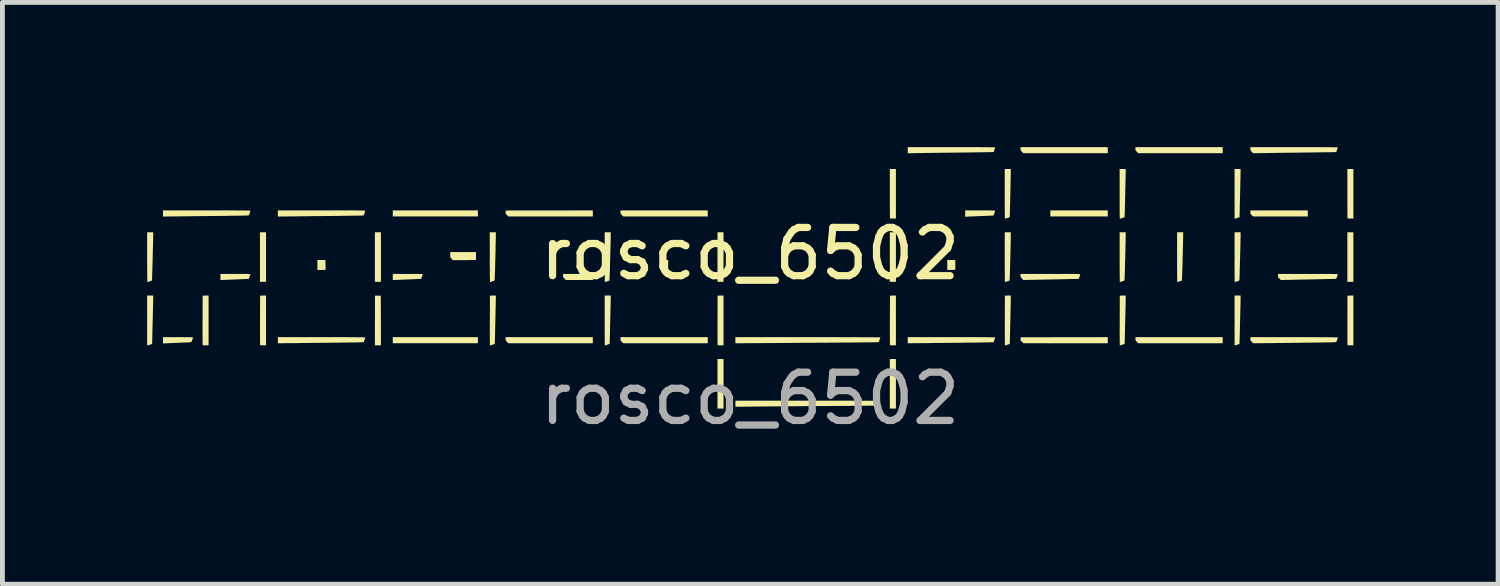
<source format=kicad_pcb>
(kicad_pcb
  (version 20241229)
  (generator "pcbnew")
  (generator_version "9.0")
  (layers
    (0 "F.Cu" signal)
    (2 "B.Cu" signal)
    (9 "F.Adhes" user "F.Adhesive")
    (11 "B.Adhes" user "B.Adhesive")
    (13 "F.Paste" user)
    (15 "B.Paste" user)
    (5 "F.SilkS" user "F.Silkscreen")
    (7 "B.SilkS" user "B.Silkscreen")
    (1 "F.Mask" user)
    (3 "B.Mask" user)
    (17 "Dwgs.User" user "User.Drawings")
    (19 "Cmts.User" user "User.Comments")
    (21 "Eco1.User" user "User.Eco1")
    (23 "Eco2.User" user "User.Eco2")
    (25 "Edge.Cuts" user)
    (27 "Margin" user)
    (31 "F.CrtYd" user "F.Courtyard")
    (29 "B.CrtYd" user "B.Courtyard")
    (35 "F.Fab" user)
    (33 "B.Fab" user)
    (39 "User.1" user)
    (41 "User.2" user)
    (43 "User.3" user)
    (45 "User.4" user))
  (footprint "rosco_6502"
    (layer "F.Cu")
    (at 12.498 2.709)
    (property "Reference" "rosco_6502" (at 0 -0.5 0) (unlocked yes) (layer "F.SilkS") (effects (font (size 1 1) (thickness 0.15))))
    (fp_poly (pts (xy -10.034 0.082) (xy -10.16 0.082) (xy -10.16 -0.945) (xy -10.034 -0.945)) (stroke (width 0) (type solid)) (fill yes) (layer "F.SilkS"))
    (fp_poly (pts (xy -7.653 0.082) (xy -7.778 0.082) (xy -7.778 -0.945) (xy -7.653 -0.945)) (stroke (width 0) (type solid)) (fill yes) (layer "F.SilkS"))
    (fp_poly (pts (xy -5.643 -1.273) (xy -7.407 -1.273) (xy -7.407 -1.398) (xy -5.643 -1.398)) (stroke (width 0) (type solid)) (fill yes) (layer "F.SilkS"))
    (fp_poly (pts (xy -5.643 1.355) (xy -7.407 1.355) (xy -7.407 1.229) (xy -5.643 1.229)) (stroke (width 0) (type solid)) (fill yes) (layer "F.SilkS"))
    (fp_poly (pts (xy -0.552 0.082) (xy -0.677 0.082) (xy -0.677 -0.945) (xy -0.552 -0.945)) (stroke (width 0) (type solid)) (fill yes) (layer "F.SilkS"))
    (fp_poly (pts (xy -0.552 2.709) (xy -0.677 2.709) (xy -0.677 1.682) (xy -0.552 1.682)) (stroke (width 0) (type solid)) (fill yes) (layer "F.SilkS"))
    (fp_poly (pts (xy 3.021 0.082) (xy 2.895 0.082) (xy 2.895 -0.945) (xy 3.021 -0.945)) (stroke (width 0) (type solid)) (fill yes) (layer "F.SilkS"))
    (fp_poly (pts (xy 3.021 2.709) (xy 2.895 2.709) (xy 2.895 1.682) (xy 3.021 1.682)) (stroke (width 0) (type solid)) (fill yes) (layer "F.SilkS"))
    (fp_poly (pts (xy 7.412 -1.273) (xy 6.222 -1.273) (xy 6.222 -1.398) (xy 7.412 -1.398)) (stroke (width 0) (type solid)) (fill yes) (layer "F.SilkS"))
    (fp_poly (pts (xy 12.503 0.082) (xy 12.378 0.082) (xy 12.378 -0.945) (xy 12.503 -0.945)) (stroke (width 0) (type solid)) (fill yes) (layer "F.SilkS"))
    (fp_poly (pts (xy -8.803 -0.369) (xy -8.801 -0.266) (xy -8.8 -0.164) (xy -8.969 -0.164) (xy -8.969 -0.372)) (stroke (width 0) (type solid)) (fill yes) (layer "F.SilkS"))
    (fp_poly (pts (xy -1.699 -0.164) (xy -1.868 -0.164) (xy -1.867 -0.266) (xy -1.865 -0.369) (xy -1.699 -0.372)) (stroke (width 0) (type solid)) (fill yes) (layer "F.SilkS"))
    (fp_poly (pts (xy -7.654 0.884) (xy -7.653 1.398) (xy -7.778 1.398) (xy -7.777 0.884) (xy -7.776 0.369) (xy -7.656 0.369)) (stroke (width 0) (type solid)) (fill yes) (layer "F.SilkS"))
    (fp_poly (pts (xy 4.169 -0.37) (xy 4.252 -0.369) (xy 4.252 -0.167) (xy 4.169 -0.165) (xy 4.086 -0.164) (xy 4.086 -0.372)) (stroke (width 0) (type solid)) (fill yes) (layer "F.SilkS"))
    (fp_poly (pts (xy 11.558 -1.273) (xy 10.424 -1.273) (xy 10.396 -1.3) (xy 10.368 -1.328) (xy 10.368 -1.398) (xy 11.558 -1.398)) (stroke (width 0) (type solid)) (fill yes) (layer "F.SilkS"))
    (fp_poly (pts (xy -5.682 -0.452) (xy -5.684 -0.369) (xy -6.159 -0.366) (xy -6.188 -0.395) (xy -6.216 -0.424) (xy -6.216 -0.535) (xy -5.681 -0.535)) (stroke (width 0) (type solid)) (fill yes) (layer "F.SilkS"))
    (fp_poly (pts (xy 7.412 1.355) (xy 5.661 1.355) (xy 5.604 1.296) (xy 5.605 1.264) (xy 5.607 1.232) (xy 6.51 1.23) (xy 7.412 1.229)) (stroke (width 0) (type solid)) (fill yes) (layer "F.SilkS"))
    (fp_poly (pts (xy -3.261 -1.273) (xy -5.012 -1.273) (xy -5.041 -1.302) (xy -5.07 -1.331) (xy -5.068 -1.363) (xy -5.066 -1.396) (xy -4.164 -1.397) (xy -3.261 -1.398)) (stroke (width 0) (type solid)) (fill yes) (layer "F.SilkS"))
    (fp_poly (pts (xy -3.261 0.044) (xy -3.821 0.044) (xy -3.85 0.015) (xy -3.864 -0.00029) (xy -3.873 -0.011) (xy -3.877 -0.022) (xy -3.878 -0.036) (xy -3.878 -0.048) (xy -3.878 -0.082) (xy -3.261 -0.082)) (stroke (width 0) (type solid)) (fill yes) (layer "F.SilkS"))
    (fp_poly (pts (xy -3.261 1.355) (xy -5.012 1.355) (xy -5.041 1.326) (xy -5.055 1.311) (xy -5.064 1.3) (xy -5.068 1.289) (xy -5.069 1.275) (xy -5.069 1.263) (xy -5.069 1.229) (xy -3.261 1.229)) (stroke (width 0) (type solid)) (fill yes) (layer "F.SilkS"))
    (fp_poly (pts (xy -0.879 -1.273) (xy -2.631 -1.273) (xy -2.659 -1.302) (xy -2.674 -1.317) (xy -2.682 -1.328) (xy -2.686 -1.338) (xy -2.687 -1.352) (xy -2.687 -1.364) (xy -2.687 -1.398) (xy -0.879 -1.398)) (stroke (width 0) (type solid)) (fill yes) (layer "F.SilkS"))
    (fp_poly (pts (xy -0.879 1.355) (xy -2.631 1.355) (xy -2.659 1.326) (xy -2.674 1.311) (xy -2.682 1.3) (xy -2.686 1.289) (xy -2.687 1.275) (xy -2.687 1.263) (xy -2.687 1.229) (xy -0.879 1.229)) (stroke (width 0) (type solid)) (fill yes) (layer "F.SilkS"))
    (fp_poly (pts (xy 7.412 -2.584) (xy 5.661 -2.584) (xy 5.633 -2.613) (xy 5.618 -2.628) (xy 5.61 -2.639) (xy 5.606 -2.649) (xy 5.604 -2.663) (xy 5.604 -2.675) (xy 5.604 -2.709) (xy 7.412 -2.709)) (stroke (width 0) (type solid)) (fill yes) (layer "F.SilkS"))
    (fp_poly (pts (xy 9.794 -2.584) (xy 8.043 -2.584) (xy 8.014 -2.613) (xy 8 -2.628) (xy 7.991 -2.639) (xy 7.987 -2.649) (xy 7.986 -2.663) (xy 7.986 -2.675) (xy 7.986 -2.709) (xy 9.794 -2.709)) (stroke (width 0) (type solid)) (fill yes) (layer "F.SilkS"))
    (fp_poly (pts (xy 9.794 1.355) (xy 8.043 1.355) (xy 8.014 1.326) (xy 8 1.311) (xy 7.991 1.3) (xy 7.987 1.289) (xy 7.986 1.275) (xy 7.986 1.263) (xy 7.986 1.229) (xy 9.794 1.229)) (stroke (width 0) (type solid)) (fill yes) (layer "F.SilkS"))
    (fp_poly (pts (xy 3.021 -1.229) (xy 2.962 -1.229) (xy 2.937 -1.229) (xy 2.917 -1.23) (xy 2.903 -1.231) (xy 2.899 -1.233) (xy 2.898 -1.239) (xy 2.898 -1.255) (xy 2.897 -1.28) (xy 2.897 -1.314) (xy 2.896 -1.356) (xy 2.896 -1.405) (xy 2.896 -1.46) (xy 2.895 -1.521) (xy 2.895 -1.587) (xy 2.895 -1.657) (xy 2.895 -1.73) (xy 2.895 -1.746) (xy 2.895 -2.256) (xy 3.021 -2.256)) (stroke (width 0) (type solid)) (fill yes) (layer "F.SilkS"))
    (fp_poly (pts (xy 12.503 -1.229) (xy 12.444 -1.229) (xy 12.42 -1.229) (xy 12.4 -1.23) (xy 12.386 -1.231) (xy 12.381 -1.233) (xy 12.381 -1.239) (xy 12.38 -1.255) (xy 12.38 -1.28) (xy 12.379 -1.314) (xy 12.379 -1.356) (xy 12.379 -1.405) (xy 12.378 -1.46) (xy 12.378 -1.521) (xy 12.378 -1.587) (xy 12.378 -1.657) (xy 12.378 -1.73) (xy 12.378 -1.746) (xy 12.378 -2.256) (xy 12.503 -2.256)) (stroke (width 0) (type solid)) (fill yes) (layer "F.SilkS"))
    (fp_poly (pts (xy -11.225 1.398) (xy -11.285 1.398) (xy -11.315 1.398) (xy -11.334 1.397) (xy -11.345 1.394) (xy -11.348 1.392) (xy -11.349 1.385) (xy -11.349 1.369) (xy -11.349 1.343) (xy -11.349 1.308) (xy -11.35 1.266) (xy -11.35 1.217) (xy -11.35 1.161) (xy -11.35 1.1) (xy -11.35 1.034) (xy -11.35 0.964) (xy -11.35 0.891) (xy -11.349 0.877) (xy -11.348 0.369) (xy -11.287 0.367) (xy -11.225 0.366)) (stroke (width 0) (type solid)) (fill yes) (layer "F.SilkS"))
    (fp_poly (pts (xy -10.034 1.398) (xy -10.095 1.398) (xy -10.124 1.398) (xy -10.144 1.397) (xy -10.154 1.394) (xy -10.157 1.392) (xy -10.158 1.385) (xy -10.158 1.369) (xy -10.158 1.343) (xy -10.159 1.308) (xy -10.159 1.266) (xy -10.159 1.217) (xy -10.159 1.161) (xy -10.159 1.1) (xy -10.159 1.034) (xy -10.159 0.964) (xy -10.159 0.891) (xy -10.159 0.877) (xy -10.157 0.369) (xy -10.096 0.367) (xy -10.034 0.366)) (stroke (width 0) (type solid)) (fill yes) (layer "F.SilkS"))
    (fp_poly (pts (xy -0.552 1.398) (xy -0.612 1.398) (xy -0.641 1.398) (xy -0.661 1.397) (xy -0.672 1.394) (xy -0.675 1.392) (xy -0.675 1.385) (xy -0.675 1.369) (xy -0.676 1.343) (xy -0.676 1.308) (xy -0.676 1.266) (xy -0.676 1.217) (xy -0.676 1.161) (xy -0.676 1.1) (xy -0.676 1.034) (xy -0.676 0.964) (xy -0.676 0.891) (xy -0.676 0.877) (xy -0.675 0.369) (xy -0.613 0.367) (xy -0.552 0.366)) (stroke (width 0) (type solid)) (fill yes) (layer "F.SilkS"))
    (fp_poly (pts (xy 3.021 1.398) (xy 2.96 1.398) (xy 2.931 1.398) (xy 2.911 1.397) (xy 2.901 1.394) (xy 2.898 1.392) (xy 2.897 1.385) (xy 2.897 1.369) (xy 2.897 1.343) (xy 2.896 1.308) (xy 2.896 1.266) (xy 2.896 1.217) (xy 2.896 1.161) (xy 2.896 1.1) (xy 2.896 1.034) (xy 2.896 0.964) (xy 2.896 0.891) (xy 2.896 0.877) (xy 2.898 0.369) (xy 2.959 0.367) (xy 3.021 0.366)) (stroke (width 0) (type solid)) (fill yes) (layer "F.SilkS"))
    (fp_poly (pts (xy 12.503 1.398) (xy 12.443 1.398) (xy 12.414 1.398) (xy 12.394 1.397) (xy 12.383 1.394) (xy 12.38 1.392) (xy 12.38 1.385) (xy 12.38 1.369) (xy 12.379 1.343) (xy 12.379 1.308) (xy 12.379 1.266) (xy 12.379 1.217) (xy 12.379 1.161) (xy 12.379 1.1) (xy 12.379 1.034) (xy 12.379 0.964) (xy 12.379 0.891) (xy 12.379 0.877) (xy 12.38 0.369) (xy 12.442 0.367) (xy 12.503 0.366)) (stroke (width 0) (type solid)) (fill yes) (layer "F.SilkS"))
    (fp_poly (pts (xy -12.372 0.4) (xy -12.372 0.411) (xy -12.373 0.432) (xy -12.373 0.461) (xy -12.374 0.5) (xy -12.375 0.545) (xy -12.377 0.597) (xy -12.378 0.654) (xy -12.379 0.717) (xy -12.381 0.782) (xy -12.382 0.851) (xy -12.383 0.879) (xy -12.385 0.949) (xy -12.386 1.015) (xy -12.388 1.078) (xy -12.389 1.137) (xy -12.391 1.19) (xy -12.392 1.236) (xy -12.393 1.276) (xy -12.393 1.308) (xy -12.394 1.331) (xy -12.394 1.344) (xy -12.394 1.347) (xy -12.394 1.369) (xy -12.498 1.403) (xy -12.498 0.366) (xy -12.372 0.366)) (stroke (width 0) (type solid)) (fill yes) (layer "F.SilkS"))
    (fp_poly (pts (xy 10.165 0.401) (xy 10.165 0.415) (xy 10.165 0.439) (xy 10.164 0.47) (xy 10.164 0.509) (xy 10.163 0.554) (xy 10.161 0.605) (xy 10.16 0.659) (xy 10.159 0.718) (xy 10.157 0.779) (xy 10.156 0.841) (xy 10.154 0.904) (xy 10.153 0.967) (xy 10.151 1.029) (xy 10.15 1.088) (xy 10.148 1.144) (xy 10.147 1.196) (xy 10.146 1.243) (xy 10.144 1.284) (xy 10.143 1.318) (xy 10.143 1.344) (xy 10.142 1.362) (xy 10.142 1.369) (xy 10.142 1.369) (xy 10.136 1.372) (xy 10.122 1.376) (xy 10.103 1.383) (xy 10.09 1.387) (xy 10.04 1.403) (xy 10.04 0.366) (xy 10.165 0.366)) (stroke (width 0) (type solid)) (fill yes) (layer "F.SilkS"))
    (fp_poly (pts (xy 10.165 -2.216) (xy 10.165 -2.205) (xy 10.165 -2.183) (xy 10.164 -2.152) (xy 10.163 -2.114) (xy 10.162 -2.067) (xy 10.161 -2.015) (xy 10.16 -1.957) (xy 10.158 -1.894) (xy 10.157 -1.828) (xy 10.155 -1.759) (xy 10.155 -1.732) (xy 10.153 -1.662) (xy 10.151 -1.596) (xy 10.15 -1.534) (xy 10.148 -1.476) (xy 10.147 -1.424) (xy 10.146 -1.378) (xy 10.145 -1.339) (xy 10.144 -1.308) (xy 10.144 -1.286) (xy 10.144 -1.274) (xy 10.144 -1.272) (xy 10.144 -1.266) (xy 10.142 -1.262) (xy 10.139 -1.258) (xy 10.131 -1.254) (xy 10.118 -1.249) (xy 10.097 -1.242) (xy 10.069 -1.233) (xy 10.055 -1.229) (xy 10.04 -1.224) (xy 10.04 -2.256) (xy 10.165 -2.256)) (stroke (width 0) (type solid)) (fill yes) (layer "F.SilkS"))
    (fp_poly (pts (xy -11.802 1.229) (xy -11.748 1.229) (xy -11.698 1.23) (xy -11.654 1.23) (xy -11.616 1.23) (xy -11.586 1.231) (xy -11.564 1.232) (xy -11.551 1.232) (xy -11.547 1.233) (xy -11.549 1.239) (xy -11.553 1.254) (xy -11.559 1.273) (xy -11.562 1.283) (xy -11.572 1.308) (xy -11.58 1.324) (xy -11.587 1.332) (xy -11.588 1.333) (xy -11.597 1.334) (xy -11.615 1.336) (xy -11.64 1.337) (xy -11.67 1.339) (xy -11.703 1.34) (xy -11.703 1.34) (xy -11.751 1.342) (xy -11.803 1.344) (xy -11.857 1.346) (xy -11.911 1.348) (xy -11.964 1.35) (xy -12.013 1.352) (xy -12.056 1.354) (xy -12.092 1.356) (xy -12.117 1.357) (xy -12.17 1.36) (xy -12.17 1.229) (xy -11.859 1.229)) (stroke (width 0) (type solid)) (fill yes) (layer "F.SilkS"))
    (fp_poly (pts (xy 4.838 -1.398) (xy 4.896 -1.398) (xy 4.945 -1.398) (xy 4.985 -1.398) (xy 5.017 -1.397) (xy 5.041 -1.396) (xy 5.059 -1.395) (xy 5.071 -1.394) (xy 5.077 -1.393) (xy 5.079 -1.392) (xy 5.079 -1.392) (xy 5.076 -1.383) (xy 5.071 -1.368) (xy 5.064 -1.348) (xy 5.061 -1.34) (xy 5.053 -1.317) (xy 5.046 -1.302) (xy 5.04 -1.295) (xy 5.034 -1.292) (xy 5.027 -1.291) (xy 5.009 -1.29) (xy 4.983 -1.289) (xy 4.95 -1.288) (xy 4.91 -1.286) (xy 4.865 -1.284) (xy 4.817 -1.282) (xy 4.785 -1.281) (xy 4.733 -1.279) (xy 4.683 -1.277) (xy 4.636 -1.275) (xy 4.594 -1.274) (xy 4.558 -1.272) (xy 4.529 -1.271) (xy 4.509 -1.27) (xy 4.502 -1.269) (xy 4.457 -1.266) (xy 4.457 -1.398) (xy 4.769 -1.398)) (stroke (width 0) (type solid)) (fill yes) (layer "F.SilkS"))
    (fp_poly (pts (xy -10.599 -0.082) (xy -10.54 -0.082) (xy -10.492 -0.081) (xy -10.452 -0.081) (xy -10.42 -0.081) (xy -10.395 -0.08) (xy -10.377 -0.079) (xy -10.366 -0.078) (xy -10.36 -0.077) (xy -10.358 -0.075) (xy -10.358 -0.075) (xy -10.361 -0.067) (xy -10.366 -0.051) (xy -10.373 -0.031) (xy -10.375 -0.023) (xy -10.383 -0.001) (xy -10.389 0.013) (xy -10.395 0.02) (xy -10.401 0.022) (xy -10.402 0.022) (xy -10.41 0.022) (xy -10.427 0.023) (xy -10.454 0.024) (xy -10.487 0.025) (xy -10.527 0.027) (xy -10.573 0.029) (xy -10.622 0.031) (xy -10.668 0.033) (xy -10.721 0.035) (xy -10.771 0.037) (xy -10.818 0.039) (xy -10.859 0.041) (xy -10.895 0.042) (xy -10.923 0.043) (xy -10.942 0.043) (xy -10.951 0.044) (xy -10.979 0.044) (xy -10.979 -0.082) (xy -10.667 -0.082)) (stroke (width 0) (type solid)) (fill yes) (layer "F.SilkS"))
    (fp_poly (pts (xy -7.026 -0.082) (xy -6.968 -0.082) (xy -6.919 -0.081) (xy -6.879 -0.081) (xy -6.847 -0.081) (xy -6.823 -0.08) (xy -6.805 -0.079) (xy -6.793 -0.078) (xy -6.787 -0.077) (xy -6.786 -0.075) (xy -6.786 -0.075) (xy -6.788 -0.067) (xy -6.794 -0.051) (xy -6.8 -0.031) (xy -6.803 -0.023) (xy -6.811 -0.001) (xy -6.817 0.013) (xy -6.822 0.02) (xy -6.828 0.022) (xy -6.83 0.022) (xy -6.838 0.022) (xy -6.855 0.023) (xy -6.881 0.024) (xy -6.915 0.025) (xy -6.955 0.027) (xy -7 0.029) (xy -7.049 0.031) (xy -7.096 0.033) (xy -7.148 0.035) (xy -7.199 0.037) (xy -7.245 0.039) (xy -7.287 0.041) (xy -7.322 0.042) (xy -7.35 0.043) (xy -7.37 0.043) (xy -7.378 0.044) (xy -7.407 0.044) (xy -7.407 -0.082) (xy -7.095 -0.082)) (stroke (width 0) (type solid)) (fill yes) (layer "F.SilkS"))
    (fp_poly (pts (xy 7.784 -2.205) (xy 7.784 -2.192) (xy 7.783 -2.169) (xy 7.783 -2.137) (xy 7.782 -2.095) (xy 7.781 -2.046) (xy 7.779 -1.989) (xy 7.778 -1.926) (xy 7.776 -1.856) (xy 7.775 -1.782) (xy 7.773 -1.703) (xy 7.771 -1.62) (xy 7.769 -1.534) (xy 7.767 -1.446) (xy 7.764 -1.356) (xy 7.762 -1.265) (xy 7.762 -1.261) (xy 7.757 -1.258) (xy 7.744 -1.252) (xy 7.726 -1.245) (xy 7.717 -1.242) (xy 7.696 -1.235) (xy 7.678 -1.229) (xy 7.667 -1.226) (xy 7.665 -1.225) (xy 7.664 -1.226) (xy 7.663 -1.232) (xy 7.662 -1.243) (xy 7.661 -1.26) (xy 7.66 -1.282) (xy 7.66 -1.311) (xy 7.659 -1.347) (xy 7.659 -1.39) (xy 7.659 -1.442) (xy 7.658 -1.503) (xy 7.658 -1.573) (xy 7.658 -1.653) (xy 7.658 -1.739) (xy 7.658 -2.256) (xy 7.784 -2.256)) (stroke (width 0) (type solid)) (fill yes) (layer "F.SilkS"))
    (fp_poly (pts (xy -5.271 -0.886) (xy -5.271 -0.86) (xy -5.272 -0.827) (xy -5.273 -0.786) (xy -5.274 -0.739) (xy -5.275 -0.687) (xy -5.276 -0.631) (xy -5.277 -0.572) (xy -5.279 -0.511) (xy -5.28 -0.448) (xy -5.282 -0.385) (xy -5.284 -0.323) (xy -5.285 -0.262) (xy -5.287 -0.204) (xy -5.289 -0.149) (xy -5.29 -0.099) (xy -5.292 -0.054) (xy -5.293 -0.016) (xy -5.294 0.015) (xy -5.296 0.038) (xy -5.296 0.051) (xy -5.297 0.055) (xy -5.304 0.058) (xy -5.318 0.063) (xy -5.336 0.07) (xy -5.356 0.077) (xy -5.374 0.083) (xy -5.388 0.086) (xy -5.393 0.087) (xy -5.393 0.082) (xy -5.394 0.067) (xy -5.394 0.042) (xy -5.395 0.008) (xy -5.395 -0.033) (xy -5.396 -0.082) (xy -5.396 -0.137) (xy -5.396 -0.198) (xy -5.397 -0.264) (xy -5.397 -0.333) (xy -5.397 -0.407) (xy -5.397 -0.429) (xy -5.397 -0.945) (xy -5.271 -0.945)) (stroke (width 0) (type solid)) (fill yes) (layer "F.SilkS"))
    (fp_poly (pts (xy 5.402 -0.875) (xy 5.402 -0.847) (xy 5.401 -0.811) (xy 5.401 -0.768) (xy 5.4 -0.72) (xy 5.399 -0.667) (xy 5.397 -0.61) (xy 5.396 -0.55) (xy 5.394 -0.488) (xy 5.393 -0.425) (xy 5.391 -0.363) (xy 5.39 -0.301) (xy 5.388 -0.241) (xy 5.386 -0.184) (xy 5.385 -0.131) (xy 5.383 -0.083) (xy 5.381 -0.04) (xy 5.38 -0.004) (xy 5.379 0.024) (xy 5.378 0.043) (xy 5.377 0.053) (xy 5.377 0.055) (xy 5.37 0.058) (xy 5.356 0.063) (xy 5.337 0.07) (xy 5.317 0.077) (xy 5.299 0.083) (xy 5.286 0.086) (xy 5.281 0.087) (xy 5.28 0.082) (xy 5.28 0.067) (xy 5.279 0.042) (xy 5.279 0.008) (xy 5.278 -0.033) (xy 5.278 -0.082) (xy 5.277 -0.137) (xy 5.277 -0.198) (xy 5.277 -0.264) (xy 5.277 -0.333) (xy 5.277 -0.407) (xy 5.277 -0.429) (xy 5.277 -0.945) (xy 5.402 -0.945)) (stroke (width 0) (type solid)) (fill yes) (layer "F.SilkS"))
    (fp_poly (pts (xy 7.784 -0.892) (xy 7.784 -0.867) (xy 7.783 -0.834) (xy 7.782 -0.794) (xy 7.782 -0.748) (xy 7.78 -0.697) (xy 7.779 -0.641) (xy 7.778 -0.582) (xy 7.776 -0.521) (xy 7.775 -0.459) (xy 7.773 -0.395) (xy 7.771 -0.333) (xy 7.77 -0.272) (xy 7.768 -0.213) (xy 7.766 -0.158) (xy 7.765 -0.107) (xy 7.763 -0.061) (xy 7.762 -0.022) (xy 7.761 0.011) (xy 7.76 0.035) (xy 7.759 0.05) (xy 7.758 0.055) (xy 7.751 0.058) (xy 7.737 0.063) (xy 7.719 0.07) (xy 7.699 0.077) (xy 7.681 0.082) (xy 7.668 0.086) (xy 7.662 0.087) (xy 7.662 0.082) (xy 7.661 0.067) (xy 7.661 0.042) (xy 7.66 0.008) (xy 7.66 -0.033) (xy 7.659 -0.082) (xy 7.659 -0.137) (xy 7.659 -0.198) (xy 7.658 -0.264) (xy 7.658 -0.333) (xy 7.658 -0.407) (xy 7.658 -0.429) (xy 7.658 -0.945) (xy 7.784 -0.945)) (stroke (width 0) (type solid)) (fill yes) (layer "F.SilkS"))
    (fp_poly (pts (xy -12.372 -0.919) (xy -12.372 -0.9) (xy -12.373 -0.871) (xy -12.373 -0.836) (xy -12.374 -0.793) (xy -12.375 -0.745) (xy -12.377 -0.691) (xy -12.378 -0.634) (xy -12.38 -0.574) (xy -12.381 -0.512) (xy -12.383 -0.448) (xy -12.384 -0.385) (xy -12.386 -0.322) (xy -12.388 -0.261) (xy -12.39 -0.203) (xy -12.391 -0.148) (xy -12.393 -0.098) (xy -12.394 -0.053) (xy -12.395 -0.015) (xy -12.396 0.016) (xy -12.397 0.039) (xy -12.398 0.052) (xy -12.398 0.055) (xy -12.405 0.058) (xy -12.419 0.064) (xy -12.437 0.07) (xy -12.457 0.077) (xy -12.475 0.082) (xy -12.488 0.086) (xy -12.494 0.087) (xy -12.494 0.082) (xy -12.495 0.067) (xy -12.495 0.042) (xy -12.496 0.008) (xy -12.496 -0.033) (xy -12.497 -0.082) (xy -12.497 -0.137) (xy -12.497 -0.198) (xy -12.498 -0.264) (xy -12.498 -0.333) (xy -12.498 -0.407) (xy -12.498 -0.429) (xy -12.498 -0.945) (xy -12.372 -0.945)) (stroke (width 0) (type solid)) (fill yes) (layer "F.SilkS"))
    (fp_poly (pts (xy -2.89 -0.903) (xy -2.89 -0.88) (xy -2.89 -0.849) (xy -2.891 -0.811) (xy -2.892 -0.766) (xy -2.893 -0.716) (xy -2.894 -0.662) (xy -2.896 -0.603) (xy -2.897 -0.542) (xy -2.899 -0.48) (xy -2.9 -0.417) (xy -2.902 -0.354) (xy -2.904 -0.292) (xy -2.905 -0.232) (xy -2.907 -0.176) (xy -2.909 -0.123) (xy -2.91 -0.076) (xy -2.912 -0.034) (xy -2.913 0.001) (xy -2.914 0.028) (xy -2.915 0.046) (xy -2.915 0.055) (xy -2.916 0.055) (xy -2.922 0.058) (xy -2.936 0.064) (xy -2.955 0.07) (xy -2.974 0.077) (xy -2.992 0.082) (xy -3.006 0.086) (xy -3.011 0.087) (xy -3.012 0.082) (xy -3.012 0.067) (xy -3.013 0.042) (xy -3.013 0.008) (xy -3.014 -0.033) (xy -3.014 -0.082) (xy -3.015 -0.137) (xy -3.015 -0.198) (xy -3.015 -0.264) (xy -3.015 -0.333) (xy -3.015 -0.407) (xy -3.015 -0.429) (xy -3.015 -0.945) (xy -2.89 -0.945)) (stroke (width 0) (type solid)) (fill yes) (layer "F.SilkS"))
    (fp_poly (pts (xy 8.975 -0.9) (xy 8.974 -0.877) (xy 8.974 -0.845) (xy 8.973 -0.807) (xy 8.972 -0.762) (xy 8.971 -0.711) (xy 8.97 -0.656) (xy 8.969 -0.598) (xy 8.967 -0.537) (xy 8.966 -0.474) (xy 8.964 -0.411) (xy 8.962 -0.348) (xy 8.961 -0.287) (xy 8.959 -0.227) (xy 8.957 -0.171) (xy 8.956 -0.119) (xy 8.954 -0.072) (xy 8.953 -0.031) (xy 8.951 0.003) (xy 8.95 0.03) (xy 8.949 0.047) (xy 8.949 0.055) (xy 8.949 0.055) (xy 8.942 0.058) (xy 8.928 0.064) (xy 8.91 0.07) (xy 8.89 0.077) (xy 8.872 0.082) (xy 8.858 0.086) (xy 8.853 0.087) (xy 8.853 0.082) (xy 8.852 0.067) (xy 8.851 0.042) (xy 8.851 0.008) (xy 8.85 -0.033) (xy 8.85 -0.082) (xy 8.85 -0.137) (xy 8.849 -0.198) (xy 8.849 -0.264) (xy 8.849 -0.333) (xy 8.849 -0.407) (xy 8.849 -0.429) (xy 8.849 -0.945) (xy 8.975 -0.945)) (stroke (width 0) (type solid)) (fill yes) (layer "F.SilkS"))
    (fp_poly (pts (xy 10.165 -0.908) (xy 10.165 -0.887) (xy 10.165 -0.857) (xy 10.164 -0.819) (xy 10.163 -0.775) (xy 10.162 -0.726) (xy 10.161 -0.671) (xy 10.16 -0.614) (xy 10.158 -0.553) (xy 10.156 -0.491) (xy 10.155 -0.427) (xy 10.153 -0.364) (xy 10.151 -0.302) (xy 10.15 -0.242) (xy 10.148 -0.185) (xy 10.146 -0.131) (xy 10.145 -0.083) (xy 10.144 -0.04) (xy 10.142 -0.004) (xy 10.141 0.024) (xy 10.14 0.044) (xy 10.14 0.054) (xy 10.139 0.055) (xy 10.133 0.058) (xy 10.119 0.064) (xy 10.1 0.07) (xy 10.081 0.077) (xy 10.063 0.082) (xy 10.049 0.086) (xy 10.044 0.087) (xy 10.043 0.082) (xy 10.043 0.067) (xy 10.042 0.042) (xy 10.042 0.008) (xy 10.041 -0.033) (xy 10.041 -0.082) (xy 10.041 -0.137) (xy 10.04 -0.198) (xy 10.04 -0.264) (xy 10.04 -0.333) (xy 10.04 -0.407) (xy 10.04 -0.429) (xy 10.04 -0.945) (xy 10.165 -0.945)) (stroke (width 0) (type solid)) (fill yes) (layer "F.SilkS"))
    (fp_poly (pts (xy -2.89 0.414) (xy -2.89 0.427) (xy -2.89 0.45) (xy -2.891 0.482) (xy -2.892 0.522) (xy -2.893 0.569) (xy -2.894 0.623) (xy -2.895 0.681) (xy -2.897 0.745) (xy -2.898 0.812) (xy -2.9 0.881) (xy -2.901 0.907) (xy -2.902 0.976) (xy -2.904 1.042) (xy -2.905 1.104) (xy -2.907 1.161) (xy -2.908 1.213) (xy -2.909 1.258) (xy -2.91 1.296) (xy -2.911 1.326) (xy -2.911 1.348) (xy -2.911 1.359) (xy -2.911 1.361) (xy -2.915 1.367) (xy -2.925 1.373) (xy -2.944 1.38) (xy -2.959 1.385) (xy -2.981 1.392) (xy -2.998 1.398) (xy -3.009 1.401) (xy -3.011 1.402) (xy -3.012 1.397) (xy -3.012 1.382) (xy -3.013 1.357) (xy -3.013 1.324) (xy -3.014 1.283) (xy -3.014 1.234) (xy -3.014 1.179) (xy -3.015 1.119) (xy -3.015 1.053) (xy -3.015 0.984) (xy -3.015 0.91) (xy -3.015 0.885) (xy -3.015 0.366) (xy -2.89 0.366)) (stroke (width 0) (type solid)) (fill yes) (layer "F.SilkS"))
    (fp_poly (pts (xy 5.402 -2.189) (xy 5.402 -2.177) (xy 5.402 -2.156) (xy 5.401 -2.126) (xy 5.4 -2.089) (xy 5.399 -2.045) (xy 5.398 -1.996) (xy 5.397 -1.942) (xy 5.396 -1.885) (xy 5.395 -1.826) (xy 5.393 -1.764) (xy 5.392 -1.702) (xy 5.39 -1.641) (xy 5.389 -1.581) (xy 5.387 -1.523) (xy 5.386 -1.468) (xy 5.385 -1.417) (xy 5.384 -1.372) (xy 5.383 -1.333) (xy 5.382 -1.301) (xy 5.381 -1.277) (xy 5.381 -1.263) (xy 5.381 -1.258) (xy 5.376 -1.256) (xy 5.363 -1.252) (xy 5.344 -1.245) (xy 5.335 -1.242) (xy 5.314 -1.235) (xy 5.297 -1.229) (xy 5.285 -1.226) (xy 5.283 -1.225) (xy 5.282 -1.226) (xy 5.281 -1.232) (xy 5.28 -1.243) (xy 5.28 -1.26) (xy 5.279 -1.282) (xy 5.278 -1.311) (xy 5.278 -1.347) (xy 5.277 -1.39) (xy 5.277 -1.442) (xy 5.277 -1.503) (xy 5.277 -1.573) (xy 5.277 -1.653) (xy 5.277 -1.739) (xy 5.277 -2.256) (xy 5.402 -2.256)) (stroke (width 0) (type solid)) (fill yes) (layer "F.SilkS"))
    (fp_poly (pts (xy 6.324 -0.082) (xy 6.412 -0.082) (xy 6.491 -0.082) (xy 6.56 -0.082) (xy 6.62 -0.081) (xy 6.672 -0.081) (xy 6.716 -0.081) (xy 6.752 -0.08) (xy 6.782 -0.08) (xy 6.805 -0.079) (xy 6.822 -0.078) (xy 6.834 -0.077) (xy 6.841 -0.076) (xy 6.843 -0.075) (xy 6.843 -0.075) (xy 6.84 -0.067) (xy 6.835 -0.051) (xy 6.828 -0.031) (xy 6.826 -0.024) (xy 6.811 0.021) (xy 6.66 0.024) (xy 6.622 0.025) (xy 6.575 0.026) (xy 6.521 0.027) (xy 6.462 0.028) (xy 6.401 0.03) (xy 6.338 0.031) (xy 6.277 0.032) (xy 6.241 0.033) (xy 6.181 0.034) (xy 6.118 0.035) (xy 6.055 0.036) (xy 5.994 0.038) (xy 5.936 0.039) (xy 5.884 0.04) (xy 5.839 0.041) (xy 5.817 0.041) (xy 5.662 0.045) (xy 5.633 0.015) (xy 5.618 0.000012) (xy 5.61 -0.011) (xy 5.606 -0.022) (xy 5.604 -0.035) (xy 5.604 -0.048) (xy 5.604 -0.082) (xy 6.225 -0.082)) (stroke (width 0) (type solid)) (fill yes) (layer "F.SilkS"))
    (fp_poly (pts (xy 7.784 0.419) (xy 7.784 0.433) (xy 7.783 0.457) (xy 7.783 0.49) (xy 7.782 0.53) (xy 7.781 0.578) (xy 7.78 0.633) (xy 7.778 0.692) (xy 7.777 0.756) (xy 7.775 0.823) (xy 7.774 0.893) (xy 7.773 0.918) (xy 7.771 0.986) (xy 7.77 1.052) (xy 7.768 1.114) (xy 7.767 1.171) (xy 7.766 1.222) (xy 7.765 1.267) (xy 7.764 1.304) (xy 7.763 1.334) (xy 7.762 1.354) (xy 7.762 1.365) (xy 7.762 1.367) (xy 7.757 1.37) (xy 7.744 1.375) (xy 7.725 1.382) (xy 7.714 1.385) (xy 7.693 1.392) (xy 7.675 1.398) (xy 7.664 1.401) (xy 7.662 1.402) (xy 7.662 1.397) (xy 7.661 1.382) (xy 7.661 1.357) (xy 7.66 1.324) (xy 7.66 1.283) (xy 7.66 1.234) (xy 7.66 1.18) (xy 7.659 1.119) (xy 7.659 1.053) (xy 7.659 0.984) (xy 7.66 0.911) (xy 7.66 0.887) (xy 7.661 0.369) (xy 7.722 0.367) (xy 7.784 0.366)) (stroke (width 0) (type solid)) (fill yes) (layer "F.SilkS"))
    (fp_poly (pts (xy 11.661 -0.082) (xy 11.749 -0.082) (xy 11.827 -0.082) (xy 11.897 -0.082) (xy 11.957 -0.081) (xy 12.009 -0.081) (xy 12.052 -0.081) (xy 12.089 -0.08) (xy 12.118 -0.08) (xy 12.141 -0.079) (xy 12.159 -0.078) (xy 12.17 -0.077) (xy 12.177 -0.076) (xy 12.18 -0.075) (xy 12.18 -0.075) (xy 12.177 -0.067) (xy 12.172 -0.051) (xy 12.165 -0.031) (xy 12.163 -0.024) (xy 12.148 0.021) (xy 11.996 0.024) (xy 11.959 0.025) (xy 11.912 0.026) (xy 11.858 0.027) (xy 11.799 0.028) (xy 11.737 0.03) (xy 11.675 0.031) (xy 11.613 0.032) (xy 11.577 0.033) (xy 11.517 0.034) (xy 11.455 0.035) (xy 11.392 0.036) (xy 11.33 0.038) (xy 11.273 0.039) (xy 11.22 0.04) (xy 11.176 0.041) (xy 11.154 0.041) (xy 10.998 0.045) (xy 10.97 0.015) (xy 10.955 0.000012) (xy 10.947 -0.011) (xy 10.943 -0.022) (xy 10.941 -0.035) (xy 10.941 -0.048) (xy 10.941 -0.082) (xy 11.562 -0.082)) (stroke (width 0) (type solid)) (fill yes) (layer "F.SilkS"))
    (fp_poly (pts (xy -5.271 0.425) (xy -5.271 0.435) (xy -5.272 0.456) (xy -5.272 0.485) (xy -5.273 0.521) (xy -5.274 0.564) (xy -5.275 0.613) (xy -5.276 0.667) (xy -5.278 0.724) (xy -5.279 0.784) (xy -5.28 0.845) (xy -5.282 0.908) (xy -5.283 0.97) (xy -5.285 1.031) (xy -5.286 1.09) (xy -5.287 1.146) (xy -5.288 1.198) (xy -5.29 1.245) (xy -5.291 1.286) (xy -5.291 1.32) (xy -5.292 1.345) (xy -5.293 1.362) (xy -5.293 1.369) (xy -5.293 1.369) (xy -5.298 1.371) (xy -5.311 1.376) (xy -5.33 1.382) (xy -5.341 1.385) (xy -5.362 1.392) (xy -5.38 1.398) (xy -5.391 1.401) (xy -5.393 1.402) (xy -5.393 1.397) (xy -5.394 1.382) (xy -5.394 1.357) (xy -5.395 1.324) (xy -5.395 1.283) (xy -5.395 1.234) (xy -5.396 1.18) (xy -5.396 1.119) (xy -5.396 1.053) (xy -5.396 0.984) (xy -5.396 0.911) (xy -5.395 0.887) (xy -5.394 0.369) (xy -5.333 0.367) (xy -5.271 0.366)) (stroke (width 0) (type solid)) (fill yes) (layer "F.SilkS"))
    (fp_poly (pts (xy 4.294 -2.709) (xy 4.405 -2.709) (xy 4.505 -2.709) (xy 4.595 -2.709) (xy 4.676 -2.709) (xy 4.748 -2.709) (xy 4.812 -2.708) (xy 4.868 -2.708) (xy 4.916 -2.708) (xy 4.957 -2.707) (xy 4.991 -2.707) (xy 5.019 -2.706) (xy 5.041 -2.706) (xy 5.058 -2.705) (xy 5.069 -2.704) (xy 5.076 -2.704) (xy 5.079 -2.703) (xy 5.079 -2.703) (xy 5.076 -2.694) (xy 5.071 -2.679) (xy 5.064 -2.659) (xy 5.061 -2.651) (xy 5.047 -2.607) (xy 4.813 -2.603) (xy 4.769 -2.603) (xy 4.715 -2.602) (xy 4.653 -2.601) (xy 4.584 -2.6) (xy 4.511 -2.599) (xy 4.435 -2.598) (xy 4.356 -2.597) (xy 4.278 -2.596) (xy 4.2 -2.595) (xy 4.143 -2.595) (xy 4.068 -2.594) (xy 3.991 -2.593) (xy 3.913 -2.592) (xy 3.837 -2.591) (xy 3.763 -2.59) (xy 3.692 -2.589) (xy 3.627 -2.588) (xy 3.569 -2.587) (xy 3.519 -2.586) (xy 3.486 -2.586) (xy 3.266 -2.582) (xy 3.266 -2.709) (xy 4.174 -2.709)) (stroke (width 0) (type solid)) (fill yes) (layer "F.SilkS"))
    (fp_poly (pts (xy -11.165 -1.398) (xy -11.069 -1.398) (xy -10.977 -1.398) (xy -10.889 -1.398) (xy -10.806 -1.398) (xy -10.728 -1.398) (xy -10.656 -1.397) (xy -10.59 -1.397) (xy -10.531 -1.397) (xy -10.48 -1.396) (xy -10.437 -1.396) (xy -10.402 -1.395) (xy -10.377 -1.395) (xy -10.362 -1.394) (xy -10.357 -1.394) (xy -10.358 -1.387) (xy -10.363 -1.373) (xy -10.369 -1.353) (xy -10.372 -1.343) (xy -10.388 -1.297) (xy -10.414 -1.294) (xy -10.419 -1.293) (xy -10.425 -1.293) (xy -10.434 -1.292) (xy -10.446 -1.292) (xy -10.462 -1.292) (xy -10.481 -1.291) (xy -10.505 -1.291) (xy -10.533 -1.29) (xy -10.566 -1.289) (xy -10.605 -1.289) (xy -10.649 -1.288) (xy -10.7 -1.288) (xy -10.756 -1.287) (xy -10.82 -1.286) (xy -10.891 -1.285) (xy -10.97 -1.284) (xy -11.057 -1.283) (xy -11.152 -1.282) (xy -11.256 -1.281) (xy -11.369 -1.28) (xy -11.492 -1.278) (xy -11.624 -1.277) (xy -11.767 -1.275) (xy -11.857 -1.274) (xy -12.17 -1.271) (xy -12.17 -1.398) (xy -11.263 -1.398)) (stroke (width 0) (type solid)) (fill yes) (layer "F.SilkS"))
    (fp_poly (pts (xy 5.402 0.435) (xy 5.402 0.448) (xy 5.402 0.469) (xy 5.401 0.499) (xy 5.4 0.537) (xy 5.399 0.58) (xy 5.398 0.63) (xy 5.397 0.683) (xy 5.396 0.741) (xy 5.395 0.801) (xy 5.393 0.862) (xy 5.392 0.924) (xy 5.39 0.986) (xy 5.389 1.046) (xy 5.388 1.104) (xy 5.386 1.159) (xy 5.385 1.209) (xy 5.384 1.255) (xy 5.383 1.294) (xy 5.382 1.326) (xy 5.381 1.35) (xy 5.381 1.365) (xy 5.381 1.369) (xy 5.376 1.371) (xy 5.363 1.376) (xy 5.344 1.382) (xy 5.335 1.385) (xy 5.314 1.392) (xy 5.297 1.398) (xy 5.285 1.402) (xy 5.283 1.402) (xy 5.282 1.401) (xy 5.281 1.395) (xy 5.28 1.385) (xy 5.28 1.369) (xy 5.279 1.347) (xy 5.278 1.318) (xy 5.278 1.283) (xy 5.278 1.24) (xy 5.278 1.189) (xy 5.278 1.129) (xy 5.278 1.06) (xy 5.278 0.981) (xy 5.278 0.891) (xy 5.278 0.887) (xy 5.279 0.369) (xy 5.341 0.367) (xy 5.402 0.366)) (stroke (width 0) (type solid)) (fill yes) (layer "F.SilkS"))
    (fp_poly (pts (xy 11.373 1.229) (xy 11.469 1.229) (xy 11.561 1.229) (xy 11.649 1.229) (xy 11.732 1.23) (xy 11.81 1.23) (xy 11.882 1.23) (xy 11.948 1.23) (xy 12.007 1.231) (xy 12.058 1.231) (xy 12.101 1.232) (xy 12.135 1.232) (xy 12.161 1.232) (xy 12.176 1.233) (xy 12.181 1.233) (xy 12.179 1.24) (xy 12.175 1.255) (xy 12.169 1.274) (xy 12.166 1.284) (xy 12.15 1.33) (xy 12.115 1.334) (xy 12.106 1.334) (xy 12.09 1.335) (xy 12.066 1.336) (xy 12.035 1.336) (xy 11.995 1.337) (xy 11.948 1.338) (xy 11.892 1.339) (xy 11.827 1.34) (xy 11.753 1.341) (xy 11.671 1.342) (xy 11.579 1.343) (xy 11.478 1.344) (xy 11.367 1.346) (xy 11.246 1.347) (xy 11.115 1.349) (xy 10.973 1.35) (xy 10.821 1.352) (xy 10.72 1.353) (xy 10.425 1.356) (xy 10.396 1.326) (xy 10.382 1.311) (xy 10.373 1.3) (xy 10.369 1.289) (xy 10.368 1.276) (xy 10.368 1.263) (xy 10.368 1.229) (xy 11.274 1.229)) (stroke (width 0) (type solid)) (fill yes) (layer "F.SilkS"))
    (fp_poly (pts (xy -8.761 -1.398) (xy -8.65 -1.398) (xy -8.55 -1.398) (xy -8.46 -1.398) (xy -8.379 -1.398) (xy -8.307 -1.398) (xy -8.243 -1.398) (xy -8.187 -1.397) (xy -8.139 -1.397) (xy -8.098 -1.396) (xy -8.064 -1.396) (xy -8.036 -1.395) (xy -8.014 -1.395) (xy -7.997 -1.394) (xy -7.986 -1.393) (xy -7.979 -1.393) (xy -7.976 -1.392) (xy -7.976 -1.392) (xy -7.979 -1.383) (xy -7.984 -1.368) (xy -7.991 -1.348) (xy -7.994 -1.34) (xy -8.008 -1.295) (xy -8.048 -1.292) (xy -8.053 -1.292) (xy -8.062 -1.292) (xy -8.072 -1.291) (xy -8.087 -1.291) (xy -8.104 -1.291) (xy -8.126 -1.29) (xy -8.152 -1.29) (xy -8.183 -1.289) (xy -8.219 -1.289) (xy -8.261 -1.288) (xy -8.309 -1.288) (xy -8.362 -1.287) (xy -8.423 -1.286) (xy -8.491 -1.285) (xy -8.566 -1.284) (xy -8.649 -1.283) (xy -8.74 -1.282) (xy -8.84 -1.281) (xy -8.949 -1.28) (xy -9.067 -1.279) (xy -9.195 -1.277) (xy -9.333 -1.276) (xy -9.473 -1.274) (xy -9.789 -1.271) (xy -9.789 -1.398) (xy -8.881 -1.398)) (stroke (width 0) (type solid)) (fill yes) (layer "F.SilkS"))
    (fp_poly (pts (xy -8.761 1.229) (xy -8.65 1.229) (xy -8.55 1.229) (xy -8.46 1.229) (xy -8.379 1.229) (xy -8.307 1.23) (xy -8.243 1.23) (xy -8.187 1.23) (xy -8.139 1.231) (xy -8.098 1.231) (xy -8.064 1.231) (xy -8.036 1.232) (xy -8.014 1.233) (xy -7.997 1.233) (xy -7.986 1.234) (xy -7.979 1.235) (xy -7.976 1.236) (xy -7.976 1.236) (xy -7.979 1.244) (xy -7.984 1.26) (xy -7.991 1.28) (xy -7.994 1.287) (xy -8.008 1.332) (xy -8.053 1.335) (xy -8.065 1.335) (xy -8.087 1.336) (xy -8.118 1.337) (xy -8.158 1.337) (xy -8.205 1.338) (xy -8.259 1.339) (xy -8.319 1.34) (xy -8.384 1.341) (xy -8.454 1.342) (xy -8.527 1.343) (xy -8.602 1.343) (xy -8.631 1.344) (xy -8.715 1.345) (xy -8.802 1.346) (xy -8.891 1.347) (xy -8.98 1.348) (xy -9.068 1.348) (xy -9.154 1.349) (xy -9.235 1.35) (xy -9.311 1.351) (xy -9.379 1.352) (xy -9.44 1.353) (xy -9.476 1.353) (xy -9.789 1.356) (xy -9.789 1.229) (xy -8.881 1.229)) (stroke (width 0) (type solid)) (fill yes) (layer "F.SilkS"))
    (fp_poly (pts (xy 4.294 1.229) (xy 4.405 1.229) (xy 4.505 1.229) (xy 4.595 1.229) (xy 4.676 1.229) (xy 4.748 1.23) (xy 4.812 1.23) (xy 4.868 1.23) (xy 4.916 1.231) (xy 4.957 1.231) (xy 4.991 1.231) (xy 5.019 1.232) (xy 5.041 1.233) (xy 5.058 1.233) (xy 5.069 1.234) (xy 5.076 1.235) (xy 5.079 1.236) (xy 5.079 1.236) (xy 5.076 1.244) (xy 5.071 1.26) (xy 5.064 1.28) (xy 5.061 1.287) (xy 5.047 1.332) (xy 5.007 1.335) (xy 4.996 1.335) (xy 4.975 1.336) (xy 4.945 1.337) (xy 4.906 1.337) (xy 4.859 1.338) (xy 4.806 1.339) (xy 4.746 1.34) (xy 4.682 1.341) (xy 4.612 1.342) (xy 4.539 1.342) (xy 4.464 1.343) (xy 4.43 1.344) (xy 4.345 1.345) (xy 4.258 1.346) (xy 4.169 1.347) (xy 4.079 1.348) (xy 3.991 1.349) (xy 3.906 1.349) (xy 3.824 1.35) (xy 3.748 1.351) (xy 3.679 1.352) (xy 3.619 1.353) (xy 3.579 1.353) (xy 3.266 1.356) (xy 3.266 1.229) (xy 4.174 1.229)) (stroke (width 0) (type solid)) (fill yes) (layer "F.SilkS"))
    (fp_poly (pts (xy 11.396 -2.709) (xy 11.506 -2.709) (xy 11.606 -2.709) (xy 11.696 -2.709) (xy 11.777 -2.709) (xy 11.849 -2.709) (xy 11.913 -2.708) (xy 11.969 -2.708) (xy 12.017 -2.708) (xy 12.058 -2.707) (xy 12.093 -2.707) (xy 12.12 -2.706) (xy 12.143 -2.706) (xy 12.159 -2.705) (xy 12.17 -2.704) (xy 12.177 -2.704) (xy 12.18 -2.703) (xy 12.18 -2.703) (xy 12.177 -2.694) (xy 12.172 -2.679) (xy 12.165 -2.659) (xy 12.163 -2.651) (xy 12.148 -2.607) (xy 11.92 -2.603) (xy 11.876 -2.603) (xy 11.822 -2.602) (xy 11.76 -2.601) (xy 11.692 -2.6) (xy 11.62 -2.599) (xy 11.544 -2.598) (xy 11.467 -2.597) (xy 11.389 -2.596) (xy 11.313 -2.595) (xy 11.269 -2.595) (xy 11.195 -2.594) (xy 11.119 -2.593) (xy 11.043 -2.592) (xy 10.968 -2.591) (xy 10.896 -2.59) (xy 10.827 -2.589) (xy 10.764 -2.588) (xy 10.708 -2.587) (xy 10.661 -2.587) (xy 10.635 -2.586) (xy 10.425 -2.583) (xy 10.396 -2.612) (xy 10.382 -2.627) (xy 10.373 -2.639) (xy 10.369 -2.649) (xy 10.368 -2.663) (xy 10.368 -2.675) (xy 10.368 -2.709) (xy 11.275 -2.709)) (stroke (width 0) (type solid)) (fill yes) (layer "F.SilkS"))
    (fp_poly (pts (xy 1.354 2.545) (xy 1.5 2.545) (xy 1.636 2.546) (xy 1.761 2.546) (xy 1.878 2.546) (xy 1.985 2.546) (xy 2.083 2.546) (xy 2.172 2.546) (xy 2.253 2.546) (xy 2.326 2.547) (xy 2.391 2.547) (xy 2.449 2.547) (xy 2.5 2.547) (xy 2.545 2.548) (xy 2.583 2.548) (xy 2.615 2.549) (xy 2.641 2.549) (xy 2.661 2.55) (xy 2.677 2.55) (xy 2.688 2.551) (xy 2.695 2.551) (xy 2.697 2.552) (xy 2.697 2.552) (xy 2.694 2.56) (xy 2.689 2.576) (xy 2.682 2.596) (xy 2.68 2.603) (xy 2.665 2.648) (xy 2.243 2.651) (xy 2.184 2.652) (xy 2.116 2.652) (xy 2.038 2.653) (xy 1.954 2.654) (xy 1.862 2.654) (xy 1.766 2.655) (xy 1.666 2.656) (xy 1.563 2.657) (xy 1.458 2.657) (xy 1.352 2.658) (xy 1.248 2.659) (xy 1.145 2.659) (xy 1.049 2.66) (xy 0.952 2.661) (xy 0.854 2.661) (xy 0.756 2.662) (xy 0.659 2.663) (xy 0.564 2.664) (xy 0.472 2.664) (xy 0.384 2.665) (xy 0.301 2.666) (xy 0.224 2.666) (xy 0.154 2.667) (xy 0.091 2.667) (xy 0.038 2.668) (xy -0.006 2.668) (xy -0.015 2.669) (xy -0.306 2.672) (xy -0.306 2.545) (xy 1.197 2.545)) (stroke (width 0) (type solid)) (fill yes) (layer "F.SilkS"))
    (fp_poly (pts (xy 1.324 1.229) (xy 1.448 1.229) (xy 1.569 1.229) (xy 1.687 1.229) (xy 1.8 1.229) (xy 1.909 1.23) (xy 2.012 1.23) (xy 2.11 1.23) (xy 2.202 1.23) (xy 2.288 1.23) (xy 2.367 1.231) (xy 2.438 1.231) (xy 2.502 1.231) (xy 2.558 1.232) (xy 2.605 1.232) (xy 2.643 1.232) (xy 2.671 1.233) (xy 2.69 1.233) (xy 2.698 1.233) (xy 2.698 1.233) (xy 2.697 1.24) (xy 2.692 1.255) (xy 2.686 1.274) (xy 2.683 1.284) (xy 2.667 1.33) (xy 2.611 1.334) (xy 2.599 1.334) (xy 2.577 1.335) (xy 2.546 1.335) (xy 2.505 1.336) (xy 2.456 1.336) (xy 2.398 1.337) (xy 2.334 1.338) (xy 2.263 1.338) (xy 2.186 1.339) (xy 2.103 1.34) (xy 2.015 1.341) (xy 1.923 1.341) (xy 1.828 1.342) (xy 1.729 1.343) (xy 1.628 1.343) (xy 1.611 1.344) (xy 1.501 1.344) (xy 1.389 1.345) (xy 1.275 1.346) (xy 1.16 1.346) (xy 1.046 1.347) (xy 0.933 1.348) (xy 0.822 1.349) (xy 0.715 1.349) (xy 0.612 1.35) (xy 0.515 1.351) (xy 0.425 1.351) (xy 0.342 1.352) (xy 0.267 1.352) (xy 0.202 1.353) (xy 0.182 1.353) (xy -0.306 1.356) (xy -0.306 1.229) (xy 1.196 1.229)) (stroke (width 0) (type solid)) (fill yes) (layer "F.SilkS"))
    (fp_text user "${REFERENCE}" (at 0 2.5 0) (unlocked yes) (layer "F.Fab") (effects (font (size 1 1) (thickness 0.15)))))
  (gr_rect
    (start -3 -3)
    (end 28.001 9.058)
    (stroke (width 0.1) (type default))
    (fill no)
    (layer "Edge.Cuts")))
</source>
